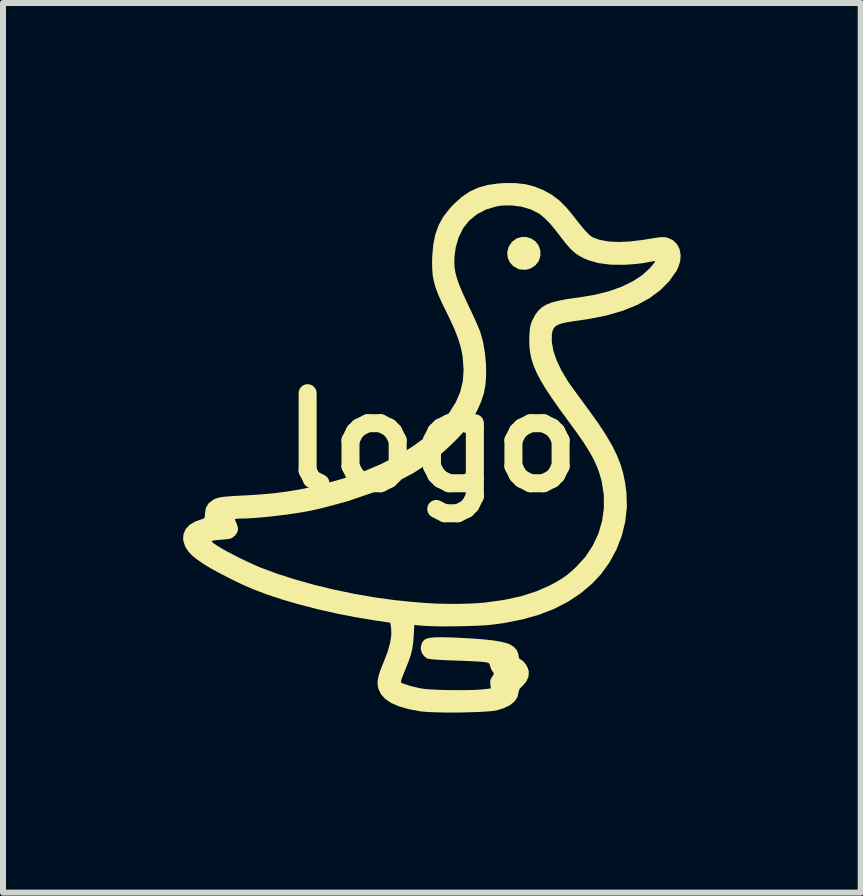
<source format=kicad_pcb>
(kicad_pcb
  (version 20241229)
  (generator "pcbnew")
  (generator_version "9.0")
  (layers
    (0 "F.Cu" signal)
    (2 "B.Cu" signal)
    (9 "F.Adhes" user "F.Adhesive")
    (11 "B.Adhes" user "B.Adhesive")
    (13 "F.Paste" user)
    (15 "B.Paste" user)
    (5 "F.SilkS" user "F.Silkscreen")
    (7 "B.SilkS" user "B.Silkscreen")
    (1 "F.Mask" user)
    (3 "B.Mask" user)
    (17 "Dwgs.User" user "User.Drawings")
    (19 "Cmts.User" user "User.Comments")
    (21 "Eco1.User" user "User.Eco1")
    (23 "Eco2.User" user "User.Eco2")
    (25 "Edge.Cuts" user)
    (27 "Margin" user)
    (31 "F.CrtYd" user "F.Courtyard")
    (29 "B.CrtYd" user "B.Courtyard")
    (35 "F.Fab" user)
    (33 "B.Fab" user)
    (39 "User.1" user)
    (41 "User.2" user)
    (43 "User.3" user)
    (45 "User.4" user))
  (footprint "logo"
    (layer "F.Cu")
    (at 4.146 4.322)
    (property "Reference" "logo" (at 0 0 0) (layer "F.SilkS") (effects (font (size 1.5 1.5) (thickness 0.3))))
    (attr board_only exclude_from_pos_files exclude_from_bom)
    (fp_poly (pts (xy 1.578 -3.423) (xy 1.657 -3.397) (xy 1.725 -3.35) (xy 1.776 -3.284) (xy 1.805 -3.202) (xy 1.807 -3.112) (xy 1.779 -3.024) (xy 1.725 -2.953) (xy 1.651 -2.903) (xy 1.565 -2.878) (xy 1.472 -2.882) (xy 1.434 -2.893) (xy 1.352 -2.939) (xy 1.293 -3.006) (xy 1.26 -3.086) (xy 1.254 -3.172) (xy 1.276 -3.258) (xy 1.327 -3.336) (xy 1.335 -3.344) (xy 1.411 -3.4) (xy 1.494 -3.425)) (stroke (width 0) (type solid)) (fill yes) (layer "F.SilkS"))
    (fp_poly (pts (xy 1.394 -4.322) (xy 1.56 -4.303) (xy 1.715 -4.262) (xy 1.856 -4.205) (xy 1.994 -4.128) (xy 2.119 -4.035) (xy 2.237 -3.918) (xy 2.336 -3.799) (xy 2.431 -3.677) (xy 2.509 -3.581) (xy 2.572 -3.51) (xy 2.622 -3.46) (xy 2.661 -3.429) (xy 2.674 -3.421) (xy 2.791 -3.377) (xy 2.937 -3.35) (xy 3.108 -3.341) (xy 3.302 -3.35) (xy 3.517 -3.376) (xy 3.584 -3.387) (xy 3.689 -3.405) (xy 3.767 -3.416) (xy 3.824 -3.422) (xy 3.868 -3.422) (xy 3.904 -3.417) (xy 3.923 -3.412) (xy 4.012 -3.372) (xy 4.079 -3.308) (xy 4.123 -3.226) (xy 4.142 -3.129) (xy 4.136 -3.024) (xy 4.102 -2.916) (xy 4.073 -2.858) (xy 3.953 -2.689) (xy 3.804 -2.538) (xy 3.625 -2.405) (xy 3.415 -2.291) (xy 3.177 -2.195) (xy 2.909 -2.117) (xy 2.611 -2.058) (xy 2.493 -2.04) (xy 2.351 -2.02) (xy 2.24 -2.002) (xy 2.156 -1.982) (xy 2.095 -1.96) (xy 2.053 -1.933) (xy 2.025 -1.899) (xy 2.008 -1.857) (xy 1.998 -1.804) (xy 1.997 -1.801) (xy 1.996 -1.675) (xy 2.022 -1.532) (xy 2.074 -1.376) (xy 2.152 -1.21) (xy 2.253 -1.038) (xy 2.335 -0.919) (xy 2.388 -0.847) (xy 2.454 -0.756) (xy 2.528 -0.656) (xy 2.602 -0.555) (xy 2.638 -0.506) (xy 2.782 -0.304) (xy 2.902 -0.12) (xy 3.001 0.049) (xy 3.079 0.208) (xy 3.141 0.363) (xy 3.187 0.519) (xy 3.219 0.679) (xy 3.24 0.837) (xy 3.247 1.077) (xy 3.22 1.317) (xy 3.162 1.554) (xy 3.074 1.781) (xy 2.958 1.996) (xy 2.815 2.194) (xy 2.668 2.351) (xy 2.476 2.513) (xy 2.266 2.652) (xy 2.037 2.77) (xy 1.786 2.868) (xy 1.511 2.946) (xy 1.209 3.006) (xy 0.996 3.035) (xy 0.901 3.044) (xy 0.781 3.051) (xy 0.641 3.056) (xy 0.49 3.06) (xy 0.336 3.062) (xy 0.185 3.063) (xy 0.046 3.061) (xy -0.074 3.057) (xy -0.168 3.051) (xy -0.177 3.051) (xy -0.294 3.039) (xy -0.304 3.221) (xy -0.313 3.337) (xy -0.329 3.44) (xy -0.353 3.539) (xy -0.389 3.645) (xy -0.439 3.77) (xy -0.449 3.794) (xy -0.479 3.869) (xy -0.503 3.932) (xy -0.516 3.976) (xy -0.518 3.994) (xy -0.495 4.009) (xy -0.444 4.028) (xy -0.374 4.05) (xy -0.292 4.072) (xy -0.205 4.091) (xy -0.158 4.1) (xy -0.095 4.108) (xy -0.004 4.114) (xy 0.108 4.119) (xy 0.234 4.123) (xy 0.367 4.125) (xy 0.5 4.125) (xy 0.626 4.123) (xy 0.737 4.12) (xy 0.827 4.114) (xy 0.864 4.11) (xy 0.981 4.096) (xy 0.972 4.026) (xy 0.971 3.967) (xy 0.991 3.918) (xy 1.002 3.903) (xy 1.026 3.866) (xy 1.03 3.844) (xy 1.015 3.821) (xy 1.011 3.816) (xy 0.986 3.775) (xy 0.969 3.725) (xy 0.96 3.692) (xy 0.943 3.673) (xy 0.909 3.662) (xy 0.861 3.656) (xy 0.815 3.651) (xy 0.741 3.647) (xy 0.644 3.642) (xy 0.533 3.637) (xy 0.413 3.633) (xy 0.369 3.631) (xy 0.226 3.626) (xy 0.105 3.619) (xy 0.012 3.612) (xy -0.053 3.604) (xy -0.081 3.597) (xy -0.131 3.56) (xy -0.169 3.503) (xy -0.187 3.439) (xy -0.185 3.398) (xy -0.171 3.352) (xy -0.153 3.315) (xy -0.126 3.286) (xy -0.088 3.266) (xy -0.033 3.253) (xy 0.041 3.245) (xy 0.138 3.243) (xy 0.261 3.245) (xy 0.416 3.251) (xy 0.456 3.253) (xy 0.675 3.265) (xy 0.86 3.279) (xy 1.014 3.296) (xy 1.139 3.316) (xy 1.236 3.34) (xy 1.293 3.36) (xy 1.366 3.405) (xy 1.417 3.465) (xy 1.441 3.533) (xy 1.442 3.55) (xy 1.451 3.595) (xy 1.478 3.615) (xy 1.521 3.643) (xy 1.563 3.694) (xy 1.597 3.757) (xy 1.613 3.814) (xy 1.608 3.9) (xy 1.571 3.983) (xy 1.508 4.055) (xy 1.501 4.06) (xy 1.458 4.106) (xy 1.443 4.152) (xy 1.442 4.158) (xy 1.425 4.239) (xy 1.376 4.313) (xy 1.297 4.377) (xy 1.19 4.428) (xy 1.078 4.462) (xy 1.015 4.472) (xy 0.923 4.48) (xy 0.808 4.487) (xy 0.676 4.492) (xy 0.534 4.496) (xy 0.387 4.498) (xy 0.242 4.498) (xy 0.105 4.495) (xy -0.019 4.491) (xy -0.122 4.485) (xy -0.199 4.477) (xy -0.202 4.476) (xy -0.394 4.44) (xy -0.552 4.394) (xy -0.679 4.339) (xy -0.777 4.273) (xy -0.847 4.197) (xy -0.89 4.108) (xy -0.897 4.082) (xy -0.906 4.023) (xy -0.904 3.961) (xy -0.89 3.89) (xy -0.863 3.802) (xy -0.82 3.693) (xy -0.8 3.646) (xy -0.737 3.482) (xy -0.696 3.332) (xy -0.677 3.202) (xy -0.68 3.093) (xy -0.68 3.093) (xy -0.695 3.001) (xy -0.959 2.962) (xy -1.271 2.91) (xy -1.586 2.849) (xy -1.899 2.778) (xy -2.202 2.7) (xy -2.489 2.617) (xy -2.754 2.529) (xy -2.991 2.439) (xy -3 2.435) (xy -3.127 2.38) (xy -3.267 2.314) (xy -3.411 2.242) (xy -3.552 2.169) (xy -3.68 2.098) (xy -3.788 2.034) (xy -3.829 2.007) (xy -3.93 1.936) (xy -4.004 1.874) (xy -4.059 1.814) (xy -4.101 1.751) (xy -4.118 1.715) (xy -4.14 1.641) (xy -3.669 1.641) (xy -3.663 1.656) (xy -3.629 1.685) (xy -3.571 1.723) (xy -3.494 1.769) (xy -3.401 1.821) (xy -3.298 1.875) (xy -3.188 1.931) (xy -3.075 1.985) (xy -2.964 2.036) (xy -2.858 2.081) (xy -2.857 2.082) (xy -2.586 2.183) (xy -2.287 2.279) (xy -1.967 2.369) (xy -1.633 2.45) (xy -1.291 2.521) (xy -0.95 2.58) (xy -0.615 2.626) (xy -0.317 2.656) (xy -0.192 2.666) (xy -0.094 2.673) (xy -0.015 2.678) (xy 0.055 2.682) (xy 0.123 2.684) (xy 0.198 2.686) (xy 0.289 2.687) (xy 0.361 2.688) (xy 0.484 2.687) (xy 0.62 2.683) (xy 0.754 2.676) (xy 0.871 2.667) (xy 0.889 2.665) (xy 1.201 2.622) (xy 1.486 2.56) (xy 1.743 2.477) (xy 1.961 2.381) (xy 2.076 2.32) (xy 2.168 2.264) (xy 2.25 2.206) (xy 2.332 2.137) (xy 2.405 2.069) (xy 2.557 1.902) (xy 2.679 1.717) (xy 2.772 1.518) (xy 2.834 1.308) (xy 2.864 1.091) (xy 2.862 0.869) (xy 2.827 0.647) (xy 2.783 0.493) (xy 2.747 0.397) (xy 2.704 0.303) (xy 2.653 0.205) (xy 2.59 0.099) (xy 2.514 -0.019) (xy 2.42 -0.154) (xy 2.307 -0.309) (xy 2.263 -0.369) (xy 2.118 -0.567) (xy 1.996 -0.741) (xy 1.894 -0.896) (xy 1.81 -1.035) (xy 1.744 -1.161) (xy 1.694 -1.278) (xy 1.658 -1.388) (xy 1.635 -1.496) (xy 1.623 -1.604) (xy 1.621 -1.716) (xy 1.622 -1.761) (xy 1.627 -1.85) (xy 1.634 -1.915) (xy 1.645 -1.968) (xy 1.664 -2.018) (xy 1.686 -2.064) (xy 1.728 -2.14) (xy 1.776 -2.202) (xy 1.833 -2.254) (xy 1.904 -2.296) (xy 1.993 -2.332) (xy 2.104 -2.361) (xy 2.24 -2.388) (xy 2.407 -2.412) (xy 2.459 -2.419) (xy 2.713 -2.461) (xy 2.947 -2.52) (xy 3.158 -2.595) (xy 3.344 -2.685) (xy 3.501 -2.788) (xy 3.629 -2.904) (xy 3.639 -2.916) (xy 3.68 -2.964) (xy 3.709 -3.002) (xy 3.721 -3.021) (xy 3.721 -3.022) (xy 3.702 -3.022) (xy 3.657 -3.015) (xy 3.595 -3.003) (xy 3.577 -2.999) (xy 3.504 -2.987) (xy 3.409 -2.976) (xy 3.303 -2.967) (xy 3.201 -2.961) (xy 2.975 -2.963) (xy 2.774 -2.989) (xy 2.6 -3.039) (xy 2.51 -3.079) (xy 2.437 -3.12) (xy 2.372 -3.167) (xy 2.309 -3.226) (xy 2.241 -3.302) (xy 2.163 -3.401) (xy 2.141 -3.43) (xy 2.046 -3.553) (xy 1.964 -3.65) (xy 1.892 -3.725) (xy 1.824 -3.783) (xy 1.775 -3.818) (xy 1.644 -3.884) (xy 1.493 -3.929) (xy 1.332 -3.95) (xy 1.17 -3.948) (xy 1.073 -3.933) (xy 0.899 -3.881) (xy 0.748 -3.802) (xy 0.622 -3.699) (xy 0.52 -3.571) (xy 0.445 -3.42) (xy 0.395 -3.247) (xy 0.375 -3.09) (xy 0.372 -3.001) (xy 0.377 -2.916) (xy 0.391 -2.83) (xy 0.415 -2.737) (xy 0.452 -2.633) (xy 0.502 -2.511) (xy 0.568 -2.367) (xy 0.604 -2.29) (xy 0.656 -2.181) (xy 0.705 -2.075) (xy 0.747 -1.98) (xy 0.781 -1.902) (xy 0.803 -1.847) (xy 0.806 -1.837) (xy 0.851 -1.674) (xy 0.882 -1.496) (xy 0.9 -1.311) (xy 0.903 -1.13) (xy 0.891 -0.962) (xy 0.864 -0.818) (xy 0.819 -0.682) (xy 0.755 -0.536) (xy 0.678 -0.392) (xy 0.596 -0.265) (xy 0.581 -0.245) (xy 0.509 -0.158) (xy 0.416 -0.058) (xy 0.309 0.047) (xy 0.198 0.149) (xy 0.089 0.241) (xy -0.003 0.311) (xy -0.312 0.51) (xy -0.65 0.688) (xy -1.015 0.844) (xy -1.409 0.979) (xy -1.83 1.092) (xy -2.022 1.135) (xy -2.155 1.16) (xy -2.309 1.184) (xy -2.475 1.207) (xy -2.645 1.228) (xy -2.811 1.245) (xy -2.965 1.257) (xy -3.098 1.265) (xy -3.172 1.266) (xy -3.231 1.268) (xy -3.271 1.273) (xy -3.286 1.279) (xy -3.285 1.28) (xy -3.247 1.366) (xy -3.231 1.433) (xy -3.239 1.488) (xy -3.271 1.538) (xy -3.291 1.558) (xy -3.319 1.582) (xy -3.35 1.598) (xy -3.394 1.608) (xy -3.458 1.615) (xy -3.5 1.618) (xy -3.571 1.624) (xy -3.629 1.631) (xy -3.663 1.638) (xy -3.669 1.641) (xy -4.14 1.641) (xy -4.146 1.618) (xy -4.14 1.527) (xy -4.104 1.443) (xy -4.038 1.372) (xy -3.945 1.316) (xy -3.857 1.285) (xy -3.811 1.271) (xy -3.79 1.255) (xy -3.782 1.223) (xy -3.782 1.182) (xy -3.766 1.088) (xy -3.72 1.011) (xy -3.644 0.953) (xy -3.612 0.937) (xy -3.577 0.925) (xy -3.536 0.915) (xy -3.483 0.906) (xy -3.413 0.899) (xy -3.32 0.892) (xy -3.2 0.885) (xy -3.128 0.882) (xy -2.869 0.866) (xy -2.636 0.845) (xy -2.418 0.817) (xy -2.206 0.782) (xy -1.99 0.737) (xy -1.812 0.694) (xy -1.472 0.598) (xy -1.151 0.486) (xy -0.851 0.36) (xy -0.574 0.219) (xy -0.323 0.067) (xy -0.1 -0.096) (xy 0.091 -0.269) (xy 0.151 -0.331) (xy 0.291 -0.502) (xy 0.397 -0.672) (xy 0.471 -0.844) (xy 0.514 -1.023) (xy 0.527 -1.213) (xy 0.512 -1.417) (xy 0.501 -1.486) (xy 0.474 -1.608) (xy 0.433 -1.738) (xy 0.377 -1.883) (xy 0.303 -2.046) (xy 0.241 -2.173) (xy 0.166 -2.326) (xy 0.107 -2.457) (xy 0.063 -2.572) (xy 0.033 -2.677) (xy 0.013 -2.781) (xy 0.004 -2.889) (xy 0.002 -3.008) (xy 0.004 -3.093) (xy 0.021 -3.293) (xy 0.056 -3.467) (xy 0.111 -3.622) (xy 0.191 -3.764) (xy 0.297 -3.9) (xy 0.368 -3.976) (xy 0.498 -4.092) (xy 0.631 -4.182) (xy 0.772 -4.247) (xy 0.929 -4.291) (xy 1.108 -4.316) (xy 1.206 -4.322)) (stroke (width 0) (type solid)) (fill yes) (layer "F.SilkS")))
  (gr_rect
    (start -3 -3)
    (end 11.288 11.82)
    (stroke (width 0.1) (type default))
    (fill no)
    (layer "Edge.Cuts")))
</source>
